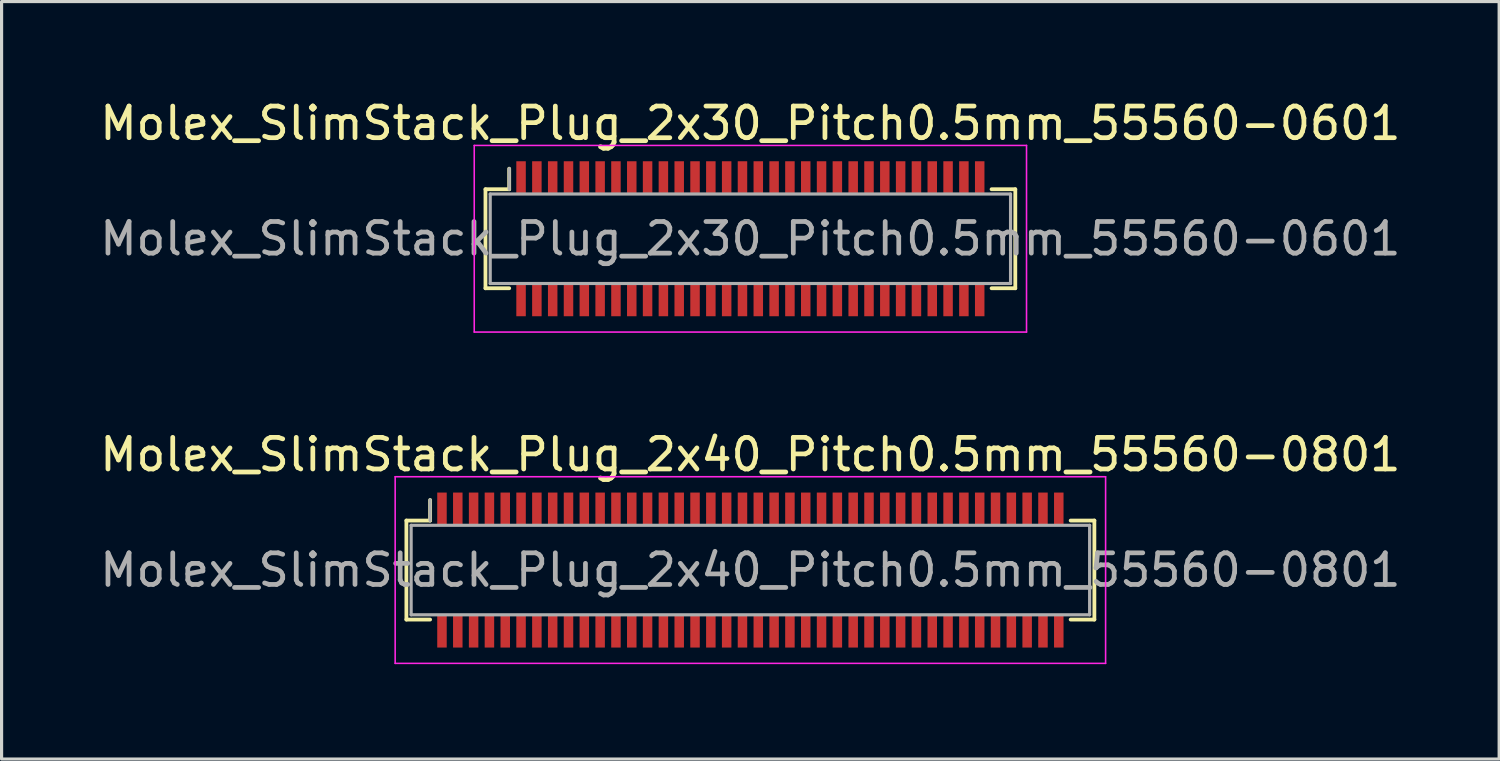
<source format=kicad_pcb>
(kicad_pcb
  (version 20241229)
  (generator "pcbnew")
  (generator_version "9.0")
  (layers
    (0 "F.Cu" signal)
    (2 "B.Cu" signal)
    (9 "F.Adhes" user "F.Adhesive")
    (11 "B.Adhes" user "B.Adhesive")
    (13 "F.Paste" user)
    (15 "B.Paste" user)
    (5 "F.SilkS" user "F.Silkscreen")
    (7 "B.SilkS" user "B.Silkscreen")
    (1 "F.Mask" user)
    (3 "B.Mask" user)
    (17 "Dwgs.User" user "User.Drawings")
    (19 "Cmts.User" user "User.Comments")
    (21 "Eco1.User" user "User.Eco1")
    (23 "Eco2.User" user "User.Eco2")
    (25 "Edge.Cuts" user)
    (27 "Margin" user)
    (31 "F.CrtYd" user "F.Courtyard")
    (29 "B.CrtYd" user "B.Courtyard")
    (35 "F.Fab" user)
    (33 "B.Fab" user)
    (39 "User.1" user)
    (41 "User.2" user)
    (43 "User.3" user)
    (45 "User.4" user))
  (footprint "Molex_SlimStack_Plug_2x40_Pitch0.5mm_55560-0801"
    (layer "F.Cu")
    (at 20.673 14.972)
    (property "Reference" "Molex_SlimStack_Plug_2x40_Pitch0.5mm_55560-0801" (at 0 -3.65 0) (layer "F.SilkS") (effects (font (size 1 1) (thickness 0.15))))
    (attr smd)
    (fp_line (start -10.875 -1.565) (end -10.125 -1.565) (stroke (width 0.12) (type solid)) (layer "F.SilkS"))
    (fp_line (start -10.875 1.565) (end -10.875 -1.565) (stroke (width 0.12) (type solid)) (layer "F.SilkS"))
    (fp_line (start -10.125 -1.565) (end -10.125 -2.215) (stroke (width 0.12) (type solid)) (layer "F.SilkS"))
    (fp_line (start -10.125 1.565) (end -10.875 1.565) (stroke (width 0.12) (type solid)) (layer "F.SilkS"))
    (fp_line (start 10.125 1.565) (end 10.875 1.565) (stroke (width 0.12) (type solid)) (layer "F.SilkS"))
    (fp_line (start 10.875 -1.565) (end 10.125 -1.565) (stroke (width 0.12) (type solid)) (layer "F.SilkS"))
    (fp_line (start 10.875 1.565) (end 10.875 -1.565) (stroke (width 0.12) (type solid)) (layer "F.SilkS"))
    (fp_line (start -11.23 -2.95) (end -11.23 2.95) (stroke (width 0.05) (type solid)) (layer "F.CrtYd"))
    (fp_line (start -11.23 2.95) (end 11.23 2.95) (stroke (width 0.05) (type solid)) (layer "F.CrtYd"))
    (fp_line (start 11.23 -2.95) (end -11.23 -2.95) (stroke (width 0.05) (type solid)) (layer "F.CrtYd"))
    (fp_line (start 11.23 2.95) (end 11.23 -2.95) (stroke (width 0.05) (type solid)) (layer "F.CrtYd"))
    (fp_line (start -10.725 -1.415) (end -10.725 1.415) (stroke (width 0.1) (type solid)) (layer "F.Fab"))
    (fp_line (start -10.725 1.415) (end 10.725 1.415) (stroke (width 0.1) (type solid)) (layer "F.Fab"))
    (fp_line (start -10.125 -1.565) (end -10.125 -2.215) (stroke (width 0.1) (type solid)) (layer "F.Fab"))
    (fp_line (start 10.725 -1.415) (end -10.725 -1.415) (stroke (width 0.1) (type solid)) (layer "F.Fab"))
    (fp_line (start 10.725 1.415) (end 10.725 -1.415) (stroke (width 0.1) (type solid)) (layer "F.Fab"))
    (fp_text user "${REFERENCE}" (at 0 0 0) (layer "F.Fab") (effects (font (size 1 1) (thickness 0.15))))
    (pad "1" smd rect (at -9.75 -1.95) (size 0.3 1) (layers "F.Cu" "F.Mask" "F.Paste"))
    (pad "2" smd rect (at -9.75 1.95) (size 0.3 1) (layers "F.Cu" "F.Mask" "F.Paste"))
    (pad "3" smd rect (at -9.25 -1.95) (size 0.3 1) (layers "F.Cu" "F.Mask" "F.Paste"))
    (pad "4" smd rect (at -9.25 1.95) (size 0.3 1) (layers "F.Cu" "F.Mask" "F.Paste"))
    (pad "5" smd rect (at -8.75 -1.95) (size 0.3 1) (layers "F.Cu" "F.Mask" "F.Paste"))
    (pad "6" smd rect (at -8.75 1.95) (size 0.3 1) (layers "F.Cu" "F.Mask" "F.Paste"))
    (pad "7" smd rect (at -8.25 -1.95) (size 0.3 1) (layers "F.Cu" "F.Mask" "F.Paste"))
    (pad "8" smd rect (at -8.25 1.95) (size 0.3 1) (layers "F.Cu" "F.Mask" "F.Paste"))
    (pad "9" smd rect (at -7.75 -1.95) (size 0.3 1) (layers "F.Cu" "F.Mask" "F.Paste"))
    (pad "10" smd rect (at -7.75 1.95) (size 0.3 1) (layers "F.Cu" "F.Mask" "F.Paste"))
    (pad "11" smd rect (at -7.25 -1.95) (size 0.3 1) (layers "F.Cu" "F.Mask" "F.Paste"))
    (pad "12" smd rect (at -7.25 1.95) (size 0.3 1) (layers "F.Cu" "F.Mask" "F.Paste"))
    (pad "13" smd rect (at -6.75 -1.95) (size 0.3 1) (layers "F.Cu" "F.Mask" "F.Paste"))
    (pad "14" smd rect (at -6.75 1.95) (size 0.3 1) (layers "F.Cu" "F.Mask" "F.Paste"))
    (pad "15" smd rect (at -6.25 -1.95) (size 0.3 1) (layers "F.Cu" "F.Mask" "F.Paste"))
    (pad "16" smd rect (at -6.25 1.95) (size 0.3 1) (layers "F.Cu" "F.Mask" "F.Paste"))
    (pad "17" smd rect (at -5.75 -1.95) (size 0.3 1) (layers "F.Cu" "F.Mask" "F.Paste"))
    (pad "18" smd rect (at -5.75 1.95) (size 0.3 1) (layers "F.Cu" "F.Mask" "F.Paste"))
    (pad "19" smd rect (at -5.25 -1.95) (size 0.3 1) (layers "F.Cu" "F.Mask" "F.Paste"))
    (pad "20" smd rect (at -5.25 1.95) (size 0.3 1) (layers "F.Cu" "F.Mask" "F.Paste"))
    (pad "21" smd rect (at -4.75 -1.95) (size 0.3 1) (layers "F.Cu" "F.Mask" "F.Paste"))
    (pad "22" smd rect (at -4.75 1.95) (size 0.3 1) (layers "F.Cu" "F.Mask" "F.Paste"))
    (pad "23" smd rect (at -4.25 -1.95) (size 0.3 1) (layers "F.Cu" "F.Mask" "F.Paste"))
    (pad "24" smd rect (at -4.25 1.95) (size 0.3 1) (layers "F.Cu" "F.Mask" "F.Paste"))
    (pad "25" smd rect (at -3.75 -1.95) (size 0.3 1) (layers "F.Cu" "F.Mask" "F.Paste"))
    (pad "26" smd rect (at -3.75 1.95) (size 0.3 1) (layers "F.Cu" "F.Mask" "F.Paste"))
    (pad "27" smd rect (at -3.25 -1.95) (size 0.3 1) (layers "F.Cu" "F.Mask" "F.Paste"))
    (pad "28" smd rect (at -3.25 1.95) (size 0.3 1) (layers "F.Cu" "F.Mask" "F.Paste"))
    (pad "29" smd rect (at -2.75 -1.95) (size 0.3 1) (layers "F.Cu" "F.Mask" "F.Paste"))
    (pad "30" smd rect (at -2.75 1.95) (size 0.3 1) (layers "F.Cu" "F.Mask" "F.Paste"))
    (pad "31" smd rect (at -2.25 -1.95) (size 0.3 1) (layers "F.Cu" "F.Mask" "F.Paste"))
    (pad "32" smd rect (at -2.25 1.95) (size 0.3 1) (layers "F.Cu" "F.Mask" "F.Paste"))
    (pad "33" smd rect (at -1.75 -1.95) (size 0.3 1) (layers "F.Cu" "F.Mask" "F.Paste"))
    (pad "34" smd rect (at -1.75 1.95) (size 0.3 1) (layers "F.Cu" "F.Mask" "F.Paste"))
    (pad "35" smd rect (at -1.25 -1.95) (size 0.3 1) (layers "F.Cu" "F.Mask" "F.Paste"))
    (pad "36" smd rect (at -1.25 1.95) (size 0.3 1) (layers "F.Cu" "F.Mask" "F.Paste"))
    (pad "37" smd rect (at -0.75 -1.95) (size 0.3 1) (layers "F.Cu" "F.Mask" "F.Paste"))
    (pad "38" smd rect (at -0.75 1.95) (size 0.3 1) (layers "F.Cu" "F.Mask" "F.Paste"))
    (pad "39" smd rect (at -0.25 -1.95) (size 0.3 1) (layers "F.Cu" "F.Mask" "F.Paste"))
    (pad "40" smd rect (at -0.25 1.95) (size 0.3 1) (layers "F.Cu" "F.Mask" "F.Paste"))
    (pad "41" smd rect (at 0.25 -1.95) (size 0.3 1) (layers "F.Cu" "F.Mask" "F.Paste"))
    (pad "42" smd rect (at 0.25 1.95) (size 0.3 1) (layers "F.Cu" "F.Mask" "F.Paste"))
    (pad "43" smd rect (at 0.75 -1.95) (size 0.3 1) (layers "F.Cu" "F.Mask" "F.Paste"))
    (pad "44" smd rect (at 0.75 1.95) (size 0.3 1) (layers "F.Cu" "F.Mask" "F.Paste"))
    (pad "45" smd rect (at 1.25 -1.95) (size 0.3 1) (layers "F.Cu" "F.Mask" "F.Paste"))
    (pad "46" smd rect (at 1.25 1.95) (size 0.3 1) (layers "F.Cu" "F.Mask" "F.Paste"))
    (pad "47" smd rect (at 1.75 -1.95) (size 0.3 1) (layers "F.Cu" "F.Mask" "F.Paste"))
    (pad "48" smd rect (at 1.75 1.95) (size 0.3 1) (layers "F.Cu" "F.Mask" "F.Paste"))
    (pad "49" smd rect (at 2.25 -1.95) (size 0.3 1) (layers "F.Cu" "F.Mask" "F.Paste"))
    (pad "50" smd rect (at 2.25 1.95) (size 0.3 1) (layers "F.Cu" "F.Mask" "F.Paste"))
    (pad "51" smd rect (at 2.75 -1.95) (size 0.3 1) (layers "F.Cu" "F.Mask" "F.Paste"))
    (pad "52" smd rect (at 2.75 1.95) (size 0.3 1) (layers "F.Cu" "F.Mask" "F.Paste"))
    (pad "53" smd rect (at 3.25 -1.95) (size 0.3 1) (layers "F.Cu" "F.Mask" "F.Paste"))
    (pad "54" smd rect (at 3.25 1.95) (size 0.3 1) (layers "F.Cu" "F.Mask" "F.Paste"))
    (pad "55" smd rect (at 3.75 -1.95) (size 0.3 1) (layers "F.Cu" "F.Mask" "F.Paste"))
    (pad "56" smd rect (at 3.75 1.95) (size 0.3 1) (layers "F.Cu" "F.Mask" "F.Paste"))
    (pad "57" smd rect (at 4.25 -1.95) (size 0.3 1) (layers "F.Cu" "F.Mask" "F.Paste"))
    (pad "58" smd rect (at 4.25 1.95) (size 0.3 1) (layers "F.Cu" "F.Mask" "F.Paste"))
    (pad "59" smd rect (at 4.75 -1.95) (size 0.3 1) (layers "F.Cu" "F.Mask" "F.Paste"))
    (pad "60" smd rect (at 4.75 1.95) (size 0.3 1) (layers "F.Cu" "F.Mask" "F.Paste"))
    (pad "61" smd rect (at 5.25 -1.95) (size 0.3 1) (layers "F.Cu" "F.Mask" "F.Paste"))
    (pad "62" smd rect (at 5.25 1.95) (size 0.3 1) (layers "F.Cu" "F.Mask" "F.Paste"))
    (pad "63" smd rect (at 5.75 -1.95) (size 0.3 1) (layers "F.Cu" "F.Mask" "F.Paste"))
    (pad "64" smd rect (at 5.75 1.95) (size 0.3 1) (layers "F.Cu" "F.Mask" "F.Paste"))
    (pad "65" smd rect (at 6.25 -1.95) (size 0.3 1) (layers "F.Cu" "F.Mask" "F.Paste"))
    (pad "66" smd rect (at 6.25 1.95) (size 0.3 1) (layers "F.Cu" "F.Mask" "F.Paste"))
    (pad "67" smd rect (at 6.75 -1.95) (size 0.3 1) (layers "F.Cu" "F.Mask" "F.Paste"))
    (pad "68" smd rect (at 6.75 1.95) (size 0.3 1) (layers "F.Cu" "F.Mask" "F.Paste"))
    (pad "69" smd rect (at 7.25 -1.95) (size 0.3 1) (layers "F.Cu" "F.Mask" "F.Paste"))
    (pad "70" smd rect (at 7.25 1.95) (size 0.3 1) (layers "F.Cu" "F.Mask" "F.Paste"))
    (pad "71" smd rect (at 7.75 -1.95) (size 0.3 1) (layers "F.Cu" "F.Mask" "F.Paste"))
    (pad "72" smd rect (at 7.75 1.95) (size 0.3 1) (layers "F.Cu" "F.Mask" "F.Paste"))
    (pad "73" smd rect (at 8.25 -1.95) (size 0.3 1) (layers "F.Cu" "F.Mask" "F.Paste"))
    (pad "74" smd rect (at 8.25 1.95) (size 0.3 1) (layers "F.Cu" "F.Mask" "F.Paste"))
    (pad "75" smd rect (at 8.75 -1.95) (size 0.3 1) (layers "F.Cu" "F.Mask" "F.Paste"))
    (pad "76" smd rect (at 8.75 1.95) (size 0.3 1) (layers "F.Cu" "F.Mask" "F.Paste"))
    (pad "77" smd rect (at 9.25 -1.95) (size 0.3 1) (layers "F.Cu" "F.Mask" "F.Paste"))
    (pad "78" smd rect (at 9.25 1.95) (size 0.3 1) (layers "F.Cu" "F.Mask" "F.Paste"))
    (pad "79" smd rect (at 9.75 -1.95) (size 0.3 1) (layers "F.Cu" "F.Mask" "F.Paste"))
    (pad "80" smd rect (at 9.75 1.95) (size 0.3 1) (layers "F.Cu" "F.Mask" "F.Paste")))
  (footprint "Molex_SlimStack_Plug_2x30_Pitch0.5mm_55560-0601"
    (layer "F.Cu")
    (at 20.673 4.498)
    (property "Reference" "Molex_SlimStack_Plug_2x30_Pitch0.5mm_55560-0601" (at 0 -3.65 0) (layer "F.SilkS") (effects (font (size 1 1) (thickness 0.15))))
    (attr smd)
    (fp_line (start -8.375 -1.565) (end -7.625 -1.565) (stroke (width 0.12) (type solid)) (layer "F.SilkS"))
    (fp_line (start -8.375 1.565) (end -8.375 -1.565) (stroke (width 0.12) (type solid)) (layer "F.SilkS"))
    (fp_line (start -7.625 -1.565) (end -7.625 -2.215) (stroke (width 0.12) (type solid)) (layer "F.SilkS"))
    (fp_line (start -7.625 1.565) (end -8.375 1.565) (stroke (width 0.12) (type solid)) (layer "F.SilkS"))
    (fp_line (start 7.625 1.565) (end 8.375 1.565) (stroke (width 0.12) (type solid)) (layer "F.SilkS"))
    (fp_line (start 8.375 -1.565) (end 7.625 -1.565) (stroke (width 0.12) (type solid)) (layer "F.SilkS"))
    (fp_line (start 8.375 1.565) (end 8.375 -1.565) (stroke (width 0.12) (type solid)) (layer "F.SilkS"))
    (fp_line (start -8.73 -2.95) (end -8.73 2.95) (stroke (width 0.05) (type solid)) (layer "F.CrtYd"))
    (fp_line (start -8.73 2.95) (end 8.73 2.95) (stroke (width 0.05) (type solid)) (layer "F.CrtYd"))
    (fp_line (start 8.73 -2.95) (end -8.73 -2.95) (stroke (width 0.05) (type solid)) (layer "F.CrtYd"))
    (fp_line (start 8.73 2.95) (end 8.73 -2.95) (stroke (width 0.05) (type solid)) (layer "F.CrtYd"))
    (fp_line (start -8.225 -1.415) (end -8.225 1.415) (stroke (width 0.1) (type solid)) (layer "F.Fab"))
    (fp_line (start -8.225 1.415) (end 8.225 1.415) (stroke (width 0.1) (type solid)) (layer "F.Fab"))
    (fp_line (start -7.625 -1.565) (end -7.625 -2.215) (stroke (width 0.1) (type solid)) (layer "F.Fab"))
    (fp_line (start 8.225 -1.415) (end -8.225 -1.415) (stroke (width 0.1) (type solid)) (layer "F.Fab"))
    (fp_line (start 8.225 1.415) (end 8.225 -1.415) (stroke (width 0.1) (type solid)) (layer "F.Fab"))
    (fp_text user "${REFERENCE}" (at 0 0 0) (layer "F.Fab") (effects (font (size 1 1) (thickness 0.15))))
    (pad "1" smd rect (at -7.25 -1.95) (size 0.3 1) (layers "F.Cu" "F.Mask" "F.Paste"))
    (pad "2" smd rect (at -7.25 1.95) (size 0.3 1) (layers "F.Cu" "F.Mask" "F.Paste"))
    (pad "3" smd rect (at -6.75 -1.95) (size 0.3 1) (layers "F.Cu" "F.Mask" "F.Paste"))
    (pad "4" smd rect (at -6.75 1.95) (size 0.3 1) (layers "F.Cu" "F.Mask" "F.Paste"))
    (pad "5" smd rect (at -6.25 -1.95) (size 0.3 1) (layers "F.Cu" "F.Mask" "F.Paste"))
    (pad "6" smd rect (at -6.25 1.95) (size 0.3 1) (layers "F.Cu" "F.Mask" "F.Paste"))
    (pad "7" smd rect (at -5.75 -1.95) (size 0.3 1) (layers "F.Cu" "F.Mask" "F.Paste"))
    (pad "8" smd rect (at -5.75 1.95) (size 0.3 1) (layers "F.Cu" "F.Mask" "F.Paste"))
    (pad "9" smd rect (at -5.25 -1.95) (size 0.3 1) (layers "F.Cu" "F.Mask" "F.Paste"))
    (pad "10" smd rect (at -5.25 1.95) (size 0.3 1) (layers "F.Cu" "F.Mask" "F.Paste"))
    (pad "11" smd rect (at -4.75 -1.95) (size 0.3 1) (layers "F.Cu" "F.Mask" "F.Paste"))
    (pad "12" smd rect (at -4.75 1.95) (size 0.3 1) (layers "F.Cu" "F.Mask" "F.Paste"))
    (pad "13" smd rect (at -4.25 -1.95) (size 0.3 1) (layers "F.Cu" "F.Mask" "F.Paste"))
    (pad "14" smd rect (at -4.25 1.95) (size 0.3 1) (layers "F.Cu" "F.Mask" "F.Paste"))
    (pad "15" smd rect (at -3.75 -1.95) (size 0.3 1) (layers "F.Cu" "F.Mask" "F.Paste"))
    (pad "16" smd rect (at -3.75 1.95) (size 0.3 1) (layers "F.Cu" "F.Mask" "F.Paste"))
    (pad "17" smd rect (at -3.25 -1.95) (size 0.3 1) (layers "F.Cu" "F.Mask" "F.Paste"))
    (pad "18" smd rect (at -3.25 1.95) (size 0.3 1) (layers "F.Cu" "F.Mask" "F.Paste"))
    (pad "19" smd rect (at -2.75 -1.95) (size 0.3 1) (layers "F.Cu" "F.Mask" "F.Paste"))
    (pad "20" smd rect (at -2.75 1.95) (size 0.3 1) (layers "F.Cu" "F.Mask" "F.Paste"))
    (pad "21" smd rect (at -2.25 -1.95) (size 0.3 1) (layers "F.Cu" "F.Mask" "F.Paste"))
    (pad "22" smd rect (at -2.25 1.95) (size 0.3 1) (layers "F.Cu" "F.Mask" "F.Paste"))
    (pad "23" smd rect (at -1.75 -1.95) (size 0.3 1) (layers "F.Cu" "F.Mask" "F.Paste"))
    (pad "24" smd rect (at -1.75 1.95) (size 0.3 1) (layers "F.Cu" "F.Mask" "F.Paste"))
    (pad "25" smd rect (at -1.25 -1.95) (size 0.3 1) (layers "F.Cu" "F.Mask" "F.Paste"))
    (pad "26" smd rect (at -1.25 1.95) (size 0.3 1) (layers "F.Cu" "F.Mask" "F.Paste"))
    (pad "27" smd rect (at -0.75 -1.95) (size 0.3 1) (layers "F.Cu" "F.Mask" "F.Paste"))
    (pad "28" smd rect (at -0.75 1.95) (size 0.3 1) (layers "F.Cu" "F.Mask" "F.Paste"))
    (pad "29" smd rect (at -0.25 -1.95) (size 0.3 1) (layers "F.Cu" "F.Mask" "F.Paste"))
    (pad "30" smd rect (at -0.25 1.95) (size 0.3 1) (layers "F.Cu" "F.Mask" "F.Paste"))
    (pad "31" smd rect (at 0.25 -1.95) (size 0.3 1) (layers "F.Cu" "F.Mask" "F.Paste"))
    (pad "32" smd rect (at 0.25 1.95) (size 0.3 1) (layers "F.Cu" "F.Mask" "F.Paste"))
    (pad "33" smd rect (at 0.75 -1.95) (size 0.3 1) (layers "F.Cu" "F.Mask" "F.Paste"))
    (pad "34" smd rect (at 0.75 1.95) (size 0.3 1) (layers "F.Cu" "F.Mask" "F.Paste"))
    (pad "35" smd rect (at 1.25 -1.95) (size 0.3 1) (layers "F.Cu" "F.Mask" "F.Paste"))
    (pad "36" smd rect (at 1.25 1.95) (size 0.3 1) (layers "F.Cu" "F.Mask" "F.Paste"))
    (pad "37" smd rect (at 1.75 -1.95) (size 0.3 1) (layers "F.Cu" "F.Mask" "F.Paste"))
    (pad "38" smd rect (at 1.75 1.95) (size 0.3 1) (layers "F.Cu" "F.Mask" "F.Paste"))
    (pad "39" smd rect (at 2.25 -1.95) (size 0.3 1) (layers "F.Cu" "F.Mask" "F.Paste"))
    (pad "40" smd rect (at 2.25 1.95) (size 0.3 1) (layers "F.Cu" "F.Mask" "F.Paste"))
    (pad "41" smd rect (at 2.75 -1.95) (size 0.3 1) (layers "F.Cu" "F.Mask" "F.Paste"))
    (pad "42" smd rect (at 2.75 1.95) (size 0.3 1) (layers "F.Cu" "F.Mask" "F.Paste"))
    (pad "43" smd rect (at 3.25 -1.95) (size 0.3 1) (layers "F.Cu" "F.Mask" "F.Paste"))
    (pad "44" smd rect (at 3.25 1.95) (size 0.3 1) (layers "F.Cu" "F.Mask" "F.Paste"))
    (pad "45" smd rect (at 3.75 -1.95) (size 0.3 1) (layers "F.Cu" "F.Mask" "F.Paste"))
    (pad "46" smd rect (at 3.75 1.95) (size 0.3 1) (layers "F.Cu" "F.Mask" "F.Paste"))
    (pad "47" smd rect (at 4.25 -1.95) (size 0.3 1) (layers "F.Cu" "F.Mask" "F.Paste"))
    (pad "48" smd rect (at 4.25 1.95) (size 0.3 1) (layers "F.Cu" "F.Mask" "F.Paste"))
    (pad "49" smd rect (at 4.75 -1.95) (size 0.3 1) (layers "F.Cu" "F.Mask" "F.Paste"))
    (pad "50" smd rect (at 4.75 1.95) (size 0.3 1) (layers "F.Cu" "F.Mask" "F.Paste"))
    (pad "51" smd rect (at 5.25 -1.95) (size 0.3 1) (layers "F.Cu" "F.Mask" "F.Paste"))
    (pad "52" smd rect (at 5.25 1.95) (size 0.3 1) (layers "F.Cu" "F.Mask" "F.Paste"))
    (pad "53" smd rect (at 5.75 -1.95) (size 0.3 1) (layers "F.Cu" "F.Mask" "F.Paste"))
    (pad "54" smd rect (at 5.75 1.95) (size 0.3 1) (layers "F.Cu" "F.Mask" "F.Paste"))
    (pad "55" smd rect (at 6.25 -1.95) (size 0.3 1) (layers "F.Cu" "F.Mask" "F.Paste"))
    (pad "56" smd rect (at 6.25 1.95) (size 0.3 1) (layers "F.Cu" "F.Mask" "F.Paste"))
    (pad "57" smd rect (at 6.75 -1.95) (size 0.3 1) (layers "F.Cu" "F.Mask" "F.Paste"))
    (pad "58" smd rect (at 6.75 1.95) (size 0.3 1) (layers "F.Cu" "F.Mask" "F.Paste"))
    (pad "59" smd rect (at 7.25 -1.95) (size 0.3 1) (layers "F.Cu" "F.Mask" "F.Paste"))
    (pad "60" smd rect (at 7.25 1.95) (size 0.3 1) (layers "F.Cu" "F.Mask" "F.Paste")))
  (gr_rect
    (start -3 -3)
    (end 44.345 20.947)
    (stroke (width 0.1) (type default))
    (fill no)
    (layer "Edge.Cuts")))
</source>
